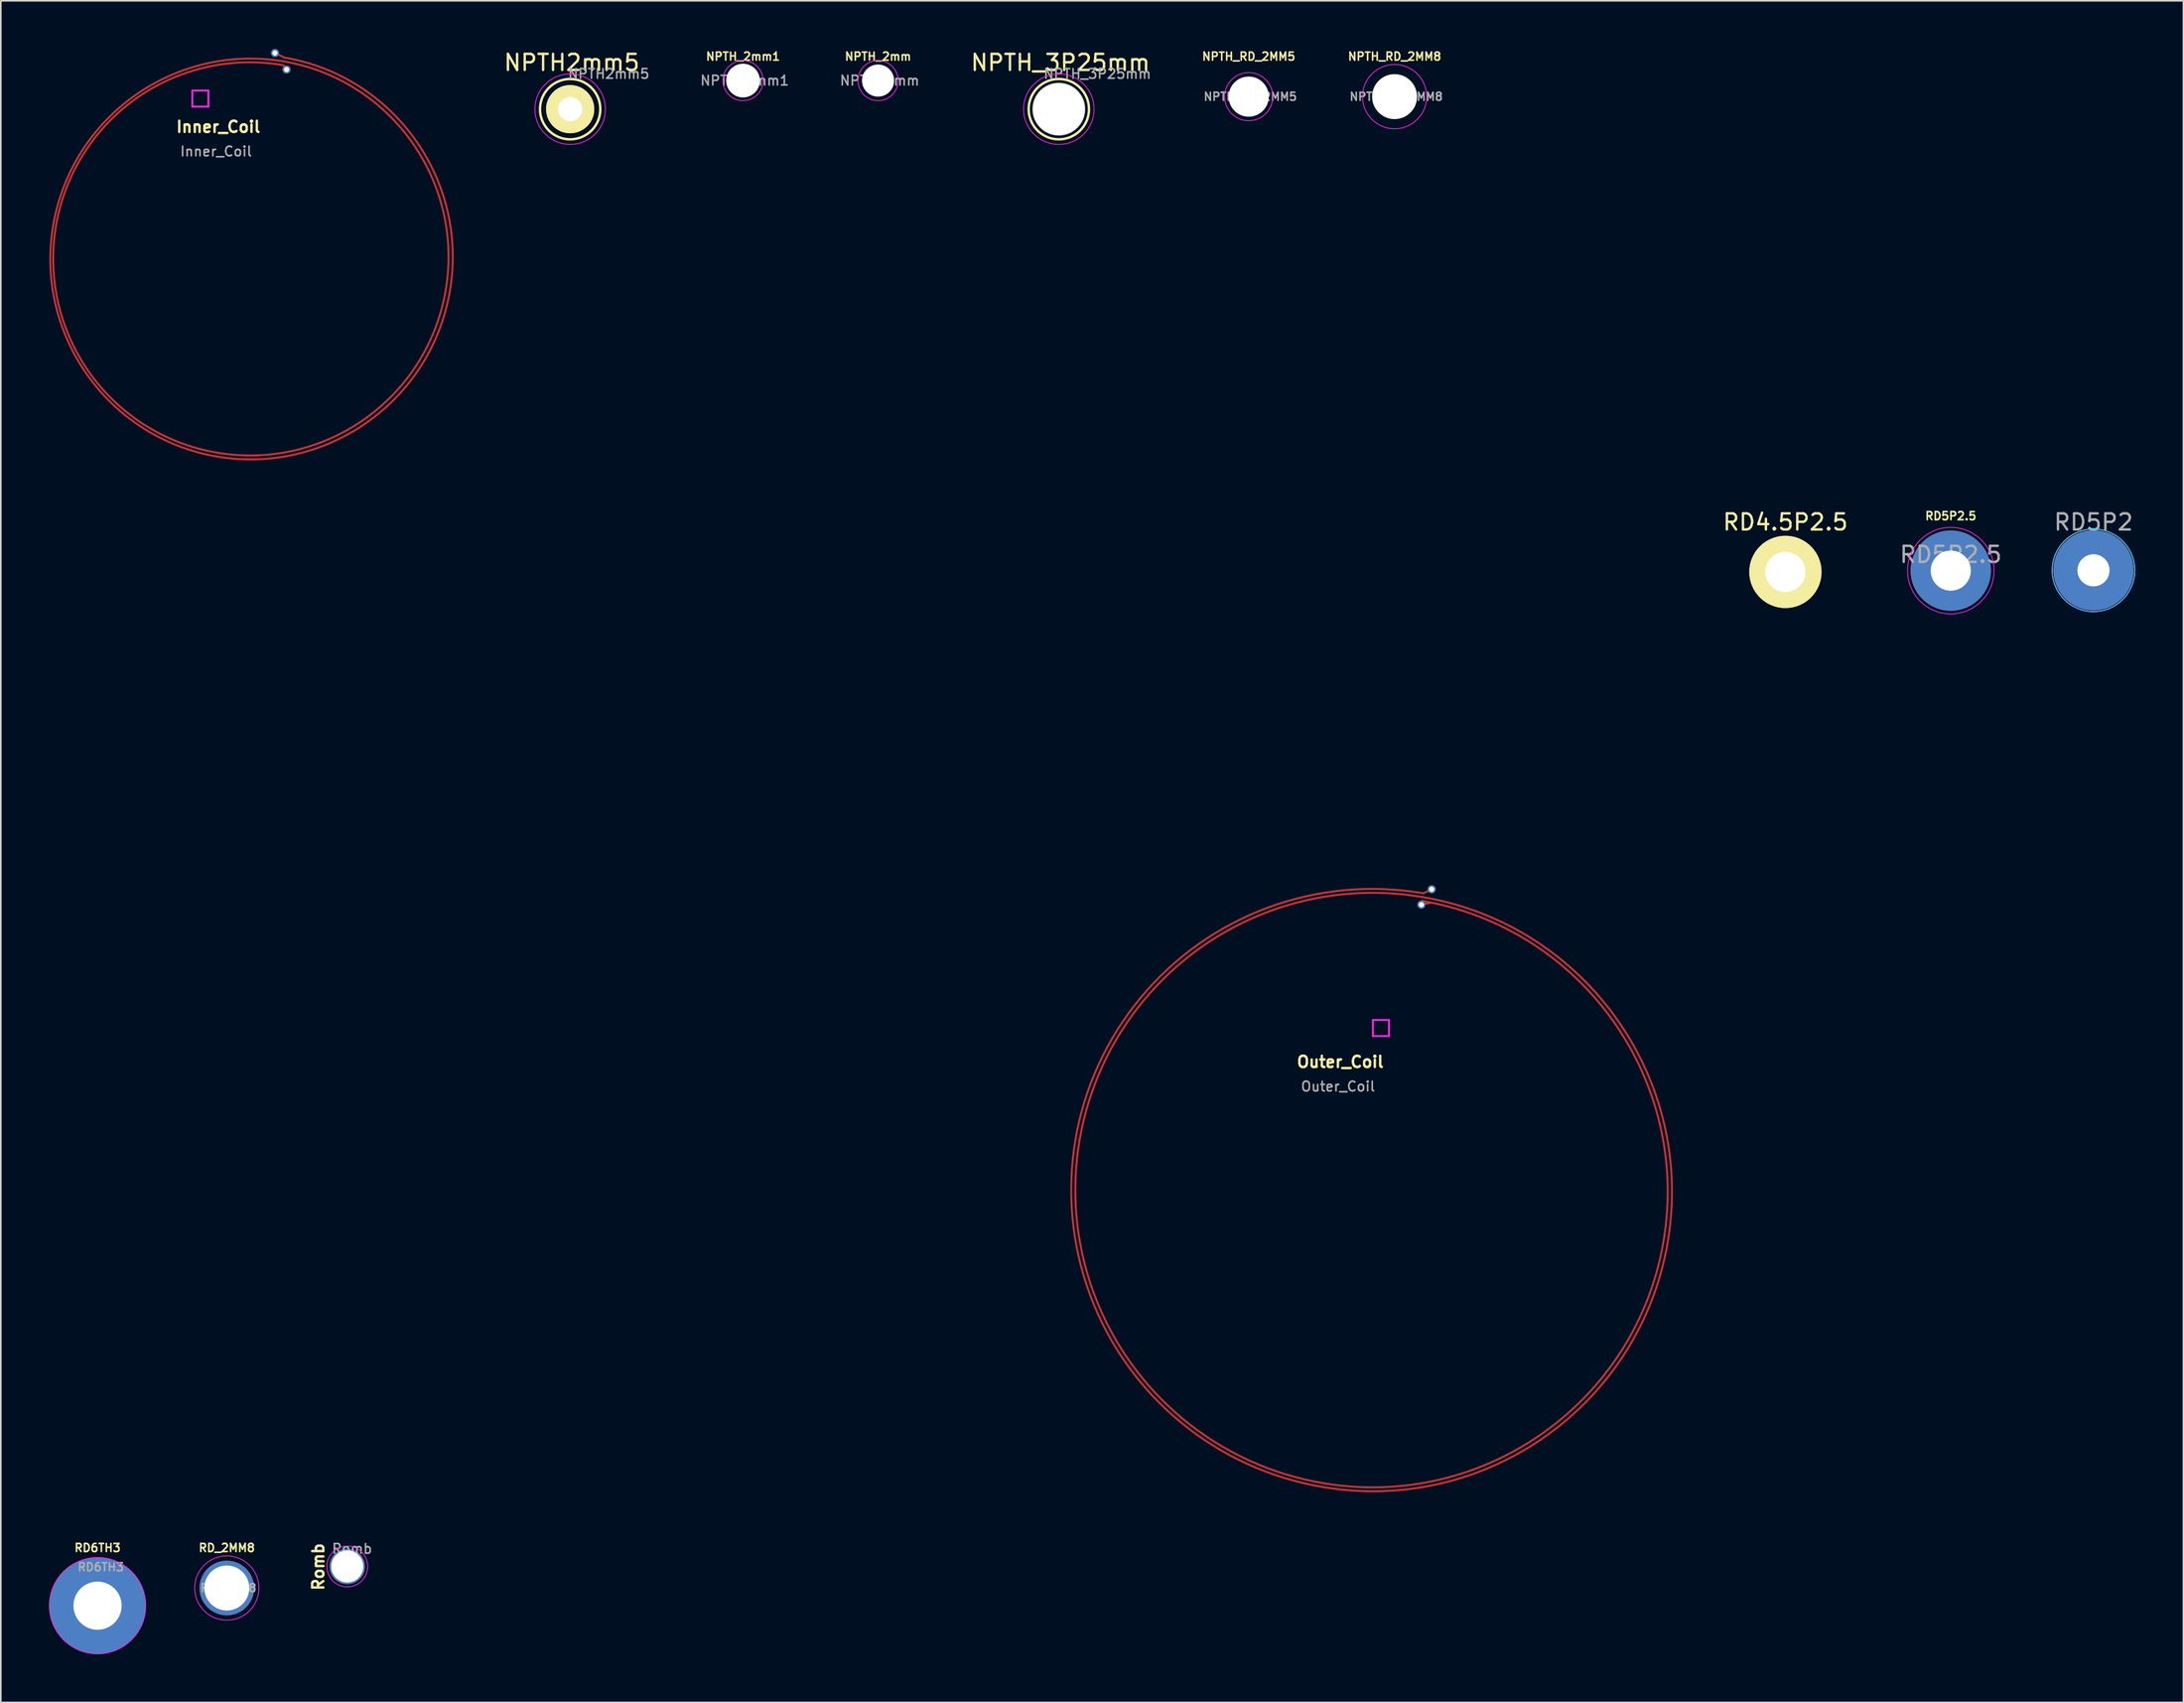
<source format=kicad_pcb>
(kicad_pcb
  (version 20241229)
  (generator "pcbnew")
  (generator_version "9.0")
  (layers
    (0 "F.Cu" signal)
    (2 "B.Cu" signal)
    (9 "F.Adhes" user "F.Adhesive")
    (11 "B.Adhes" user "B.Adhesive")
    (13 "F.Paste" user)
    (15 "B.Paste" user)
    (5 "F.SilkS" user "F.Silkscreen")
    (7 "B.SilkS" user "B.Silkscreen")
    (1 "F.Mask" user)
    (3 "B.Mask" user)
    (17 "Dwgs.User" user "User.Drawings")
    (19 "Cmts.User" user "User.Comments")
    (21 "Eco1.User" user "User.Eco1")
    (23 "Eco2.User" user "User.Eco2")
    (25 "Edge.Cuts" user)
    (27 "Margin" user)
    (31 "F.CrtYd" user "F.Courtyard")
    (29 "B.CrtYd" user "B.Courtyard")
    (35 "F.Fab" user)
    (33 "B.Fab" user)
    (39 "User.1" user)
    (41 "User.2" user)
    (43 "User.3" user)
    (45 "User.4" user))
  (footprint "RD5P2.5"
    (layer "F.Cu")
    (at 118.441 32.486)
    (property "Reference" "RD5P2.5" (at 0 -3.4 0) (layer "F.SilkS") (effects (font (size 0.5 0.5) (thickness 0.1))))
    (attr through_hole)
    (fp_circle (center 0 0) (end 2.5 -1) (stroke (width 0.05) (type solid)) (fill no) (layer "F.CrtYd"))
    (fp_text user "${REFERENCE}" (at 0 -1 0) (layer "F.Fab") (effects (font (size 1 1) (thickness 0.15))))
    (pad "1" thru_hole circle (at 0 0) (size 5 5) (drill 2.5) (layers "*.Cu" "*.Mask")))
  (footprint "NPTH_RD_2MM5"
    (layer "F.Cu")
    (at 74.717 2.968)
    (property "Reference" "NPTH_RD_2MM5" (at 0 -2.5 0) (layer "F.SilkS") (effects (font (size 0.5 0.5) (thickness 0.1))))
    (attr exclude_from_pos_files exclude_from_bom)
    (fp_circle (center 0 0) (end 0 -1.5) (stroke (width 0.05) (type solid)) (fill no) (layer "F.CrtYd"))
    (fp_text user "${REFERENCE}" (at 0.1 0 0) (layer "F.Fab") (effects (font (size 0.5 0.5) (thickness 0.1))))
    (pad "" np_thru_hole circle (at 0 0) (size 2.5 2.5) (drill 2.5) (layers "*.Cu" "*.Mask")))
  (footprint "RD4.5P2.5"
    (layer "F.Cu")
    (at 108.143 32.567)
    (property "Reference" "RD4.5P2.5" (at 0 -3.1 0) (layer "F.SilkS") (effects (font (size 1 1) (thickness 0.15))))
    (attr through_hole)
    (pad "1" thru_hole circle (at 0 0) (size 4.5 4.5) (drill 2.5) (layers "*.Cu" "*.Mask" "F.SilkS")))
  (footprint "Romb"
    (layer "F.Cu")
    (at 18.576 94.502)
    (property "Reference" "Romb" (at -1.803 0.025 90) (layer "F.SilkS") (effects (font (size 0.7 0.7) (thickness 0.15))))
    (attr through_hole)
    (fp_circle (center 0 0) (end 0 -1.27) (stroke (width 0.05) (type solid)) (fill no) (layer "F.CrtYd"))
    (fp_text user "${REFERENCE}" (at 0.3 -1.1 0) (layer "F.Fab") (effects (font (size 0.6 0.6) (thickness 0.1))))
    (pad "1" thru_hole circle (at 0 0) (size 2.2 2.2) (drill 2) (layers "*.Cu" "*.Mask")))
  (footprint "NPTH_3P25mm"
    (layer "F.Cu")
    (at 62.892 3.748)
    (property "Reference" "NPTH_3P25mm" (at 0.1 -2.9 0) (layer "F.SilkS") (effects (font (size 1 1) (thickness 0.15))))
    (attr through_hole)
    (fp_circle (center 0 0) (end 0.8 -1.7) (stroke (width 0.15) (type solid)) (fill no) (layer "F.SilkS"))
    (fp_circle (center 0 0) (end -1.1 -1.9) (stroke (width 0.05) (type solid)) (fill no) (layer "F.CrtYd"))
    (fp_text user "${REFERENCE}" (at 2.4 -2.2 0) (layer "F.Fab") (effects (font (size 0.6 0.6) (thickness 0.1))))
    (pad "" np_thru_hole circle (at 0 0) (size 3.3 3.3) (drill 3.25) (layers "*.Cu" "*.Mask")))
  (footprint "RD_2MM8"
    (layer "F.Cu")
    (at 11.075 95.844)
    (property "Reference" "RD_2MM8" (at 0 -2.5 0) (layer "F.SilkS") (effects (font (size 0.5 0.5) (thickness 0.1))))
    (attr exclude_from_pos_files exclude_from_bom)
    (fp_circle (center 0 0) (end 0 -2) (stroke (width 0.05) (type solid)) (fill no) (layer "F.CrtYd"))
    (fp_text user "${REFERENCE}" (at 0.1 0 0) (layer "F.Fab") (effects (font (size 0.5 0.5) (thickness 0.1))))
    (pad "" thru_hole circle (at 0 0) (size 3.4 3.4) (drill 2.8) (layers "*.Cu" "*.Mask")))
  (footprint "NPTH_2mm"
    (layer "F.Cu")
    (at 51.634 1.968)
    (property "Reference" "NPTH_2mm" (at 0 -1.5 0) (layer "F.SilkS") (effects (font (size 0.5 0.5) (thickness 0.1))))
    (attr through_hole)
    (fp_circle (center 0 0) (end 0 -1.25) (stroke (width 0.05) (type solid)) (fill no) (layer "F.CrtYd"))
    (fp_text user "${REFERENCE}" (at 0.1 0 0) (layer "F.Fab") (effects (font (size 0.6 0.6) (thickness 0.1))))
    (pad "" np_thru_hole circle (at 0 0) (size 2 2) (drill 2) (layers "*.Cu" "*.Mask")))
  (footprint "RD5P2"
    (layer "F.Cu")
    (at 127.331 32.467)
    (property "Reference" "RD5P2" (at 0 -3 0) (layer "F.Fab") (effects (font (size 1 1) (thickness 0.15))))
    (attr through_hole)
    (fp_circle (center 0 0) (end 2.25 -1.25) (stroke (width 0.05) (type solid)) (fill no) (layer "B.CrtYd"))
    (fp_circle (center 0 0) (end 2.25 -1.25) (stroke (width 0.05) (type solid)) (fill no) (layer "F.CrtYd"))
    (pad "1" thru_hole circle (at 0 0) (size 5 5) (drill 2) (layers "*.Cu" "*.Mask")))
  (footprint "RD6TH3"
    (layer "F.Cu")
    (at 3.025 96.944)
    (property "Reference" "RD6TH3" (at 0 -3.6 0) (layer "F.SilkS") (effects (font (size 0.5 0.5) (thickness 0.1))))
    (attr through_hole)
    (fp_circle (center 0 0) (end 3 0) (stroke (width 0.05) (type solid)) (fill no) (layer "F.CrtYd"))
    (fp_text user "${REFERENCE}" (at 0.2 -2.4 0) (layer "F.Fab") (effects (font (size 0.5 0.5) (thickness 0.1))))
    (pad "1" thru_hole circle (at 0 0) (size 6 6) (drill 3) (layers "*.Cu" "*.Mask")))
  (footprint "Inner_Coil"
    (layer "F.Cu")
    (at 12.556 12.95)
    (property "Reference" "Inner_Coil" (at -2.01 -8.1 180) (layer "F.SilkS") (effects (font (size 0.7 0.7) (thickness 0.15))))
    (attr exclude_from_pos_files exclude_from_bom)
    (fp_line (start 2.025 -11.942) (end 2.246 -11.673) (stroke (width 0.12) (type solid)) (layer "F.Cu"))
    (fp_line (start 2.105 -12.415) (end 1.523 -12.7) (stroke (width 0.12) (type solid)) (layer "F.Cu"))
    (fp_arc (start -2.097576 12.432008) (mid -12.321494 -1.954514) (end 2.065028 -12.178432) (stroke (width 0.12) (type solid)) (layer "F.Cu"))
    (fp_arc (start -2.057336 12.19529) (mid -12.084709 -1.914463) (end 2.025044 -11.941836) (stroke (width 0.12) (type solid)) (layer "F.Cu"))
    (fp_arc (start 2.065028 -12.178432) (mid 12.190673 2.069705) (end -2.057464 12.19535) (stroke (width 0.12) (type solid)) (layer "F.Cu"))
    (fp_arc (start 2.105045 -12.415123) (mid 12.427364 2.109722) (end -2.097481 12.432041) (stroke (width 0.12) (type solid)) (layer "F.Cu"))
    (fp_line (start -3.63 -10.36) (end -2.63 -10.36) (stroke (width 0.12) (type solid)) (layer "F.CrtYd"))
    (fp_line (start -3.63 -9.36) (end -3.63 -10.36) (stroke (width 0.12) (type solid)) (layer "F.CrtYd"))
    (fp_line (start -2.63 -10.36) (end -2.63 -9.36) (stroke (width 0.12) (type solid)) (layer "F.CrtYd"))
    (fp_line (start -2.63 -9.36) (end -3.63 -9.36) (stroke (width 0.12) (type solid)) (layer "F.CrtYd"))
    (fp_text user "${REFERENCE}" (at -2.15 -6.57 0) (layer "F.Fab") (effects (font (size 0.6 0.6) (thickness 0.1))))
    (pad "1" thru_hole circle (at 1.52 -12.7) (size 0.5 0.5) (drill 0.32) (layers "*.Cu"))
    (pad "2" thru_hole circle (at 2.24 -11.67) (size 0.5 0.5) (drill 0.32) (layers "*.Cu")))
  (footprint "Outer_Coil"
    (layer "F.Cu")
    (at 82.433 71.18)
    (property "Reference" "Outer_Coil" (at -2.01 -8.1 180) (layer "F.SilkS") (effects (font (size 0.7 0.7) (thickness 0.15))))
    (attr exclude_from_pos_files exclude_from_bom)
    (fp_line (start 3.029 -17.896) (end 3.656 -18.018) (stroke (width 0.12) (type solid)) (layer "F.Cu"))
    (fp_line (start 3.161 -18.6) (end 3.689 -18.855) (stroke (width 0.12) (type solid)) (layer "F.Cu"))
    (fp_arc (start -3.093045 18.374711) (mid -18.453585 -3.239701) (end 3.160827 -18.600241) (stroke (width 0.12) (type solid)) (layer "F.Cu"))
    (fp_arc (start -3.052993 18.137926) (mid -18.21686 -3.199777) (end 3.120843 -18.363644) (stroke (width 0.12) (type solid)) (layer "F.Cu"))
    (fp_arc (start 3.080732 -18.126986) (mid 18.146325 3.072333) (end -3.052994 18.137926) (stroke (width 0.12) (type solid)) (layer "F.Cu"))
    (fp_arc (start 3.120749 -18.363677) (mid 18.383016 3.11235) (end -3.093011 18.374617) (stroke (width 0.12) (type solid)) (layer "F.Cu"))
    (fp_line (start 0.02 -10.71) (end 1.02 -10.71) (stroke (width 0.12) (type solid)) (layer "F.CrtYd"))
    (fp_line (start 0.02 -9.71) (end 0.02 -10.71) (stroke (width 0.12) (type solid)) (layer "F.CrtYd"))
    (fp_line (start 1.02 -10.71) (end 1.02 -9.71) (stroke (width 0.12) (type solid)) (layer "F.CrtYd"))
    (fp_line (start 1.02 -9.71) (end 0.02 -9.71) (stroke (width 0.12) (type solid)) (layer "F.CrtYd"))
    (fp_text user "x-04.GBR" (at -55.933 -40.712 0) (layer "Eco2.User") (effects (font (size 1.25 1) (thickness 0.2)) (justify left bottom)))
    (fp_text user "CONDUCTIVE PATTERN L1" (at -82.433 -40.712 0) (layer "Eco2.User") (effects (font (size 1.25 1) (thickness 0.2)) (justify left bottom)))
    (fp_text user "Rev A" (at -46.433 -40.712 0) (layer "Eco2.User") (effects (font (size 1.25 1) (thickness 0.2)) (justify left bottom)))
    (fp_text user "P17" (at -59.097 -40.712 0) (layer "Eco2.User") (effects (font (size 1.25 1) (thickness 0.2)) (justify left bottom)))
    (fp_text user "${REFERENCE}" (at -2.15 -6.57 0) (layer "F.Fab") (effects (font (size 0.6 0.6) (thickness 0.1))))
    (pad "1" thru_hole circle (at 3.04 -17.89) (size 0.5 0.5) (drill 0.32) (layers "*.Cu"))
    (pad "2" thru_hole circle (at 3.68 -18.85) (size 0.5 0.5) (drill 0.32) (layers "*.Cu")))
  (footprint "NPTH2mm5"
    (layer "F.Cu")
    (at 32.459 3.748)
    (property "Reference" "NPTH2mm5" (at 0.1 -2.9 0) (layer "F.SilkS") (effects (font (size 1 1) (thickness 0.15))))
    (attr through_hole)
    (fp_circle (center 0 0) (end 0.8 -1.7) (stroke (width 0.15) (type solid)) (fill no) (layer "F.SilkS"))
    (fp_circle (center 0 0) (end -1.1 -1.9) (stroke (width 0.05) (type solid)) (fill no) (layer "F.CrtYd"))
    (fp_text user "${REFERENCE}" (at 2.4 -2.2 0) (layer "F.Fab") (effects (font (size 0.6 0.6) (thickness 0.1))))
    (pad "1" thru_hole circle (at 0 0) (size 3 3) (drill 1.501) (layers "*.Cu" "*.Mask" "F.SilkS")))
  (footprint "NPTH_2mm1"
    (layer "F.Cu")
    (at 43.225 1.968)
    (property "Reference" "NPTH_2mm1" (at 0 -1.5 0) (layer "F.SilkS") (effects (font (size 0.5 0.5) (thickness 0.1))))
    (attr through_hole)
    (fp_circle (center 0 0) (end 0 -1.25) (stroke (width 0.05) (type solid)) (fill no) (layer "F.CrtYd"))
    (fp_text user "${REFERENCE}" (at 0.1 0 0) (layer "F.Fab") (effects (font (size 0.6 0.6) (thickness 0.1))))
    (pad "" np_thru_hole circle (at 0 0) (size 2.1 2.1) (drill 2.1) (layers "*.Cu" "*.Mask")))
  (footprint "NPTH_RD_2MM8"
    (layer "F.Cu")
    (at 83.803 2.968)
    (property "Reference" "NPTH_RD_2MM8" (at 0 -2.5 0) (layer "F.SilkS") (effects (font (size 0.5 0.5) (thickness 0.1))))
    (attr exclude_from_pos_files exclude_from_bom)
    (fp_poly (pts (xy -0.25 -2) (xy 0.2 -2) (xy 0.5 -1.95) (xy 0.75 -1.85) (xy 1.05 -1.7) (xy 1.35 -1.5) (xy 1.55 -1.25) (xy 1.75 -0.95) (xy 1.9 -0.65) (xy 2 -0.1) (xy 2 0.25) (xy 1.85 0.8) (xy 1.7 1.05) (xy 1.4 1.45) (xy 1.15 1.65) (xy 0.8 1.85) (xy 0.35 2) (xy 0.05 2) (xy -0.2 2) (xy -0.6 1.9) (xy -0.9 1.8) (xy -1.2 1.6) (xy -1.5 1.35) (xy -1.75 1) (xy -1.9 0.6) (xy -2 0.25) (xy -2 -0.05) (xy -1.95 -0.5) (xy -1.85 -0.8) (xy -1.6 -1.2) (xy -1.3 -1.5) (xy -1.05 -1.7) (xy -0.65 -1.9)) (stroke (width 0.15) (type solid)) (fill yes) (layer "F.Mask"))
    (fp_poly (pts (xy -0.25 -2) (xy 0.2 -2) (xy 0.5 -1.95) (xy 0.75 -1.85) (xy 1.05 -1.7) (xy 1.35 -1.5) (xy 1.55 -1.25) (xy 1.75 -0.95) (xy 1.9 -0.65) (xy 2 -0.1) (xy 2 0.25) (xy 1.85 0.8) (xy 1.7 1.05) (xy 1.4 1.45) (xy 1.15 1.65) (xy 0.8 1.85) (xy 0.35 2) (xy 0.05 2) (xy -0.2 2) (xy -0.6 1.9) (xy -0.9 1.8) (xy -1.2 1.6) (xy -1.5 1.35) (xy -1.75 1) (xy -1.9 0.6) (xy -2 0.25) (xy -2 -0.05) (xy -1.95 -0.5) (xy -1.85 -0.8) (xy -1.6 -1.2) (xy -1.3 -1.5) (xy -1.05 -1.7) (xy -0.65 -1.9)) (stroke (width 0.15) (type solid)) (fill yes) (layer "B.Mask"))
    (fp_circle (center 0 0) (end 0 -2) (stroke (width 0.05) (type solid)) (fill no) (layer "F.CrtYd"))
    (fp_text user "${REFERENCE}" (at 0.1 0 0) (layer "F.Fab") (effects (font (size 0.5 0.5) (thickness 0.1))))
    (pad "" np_thru_hole circle (at 0 0) (size 2.8 2.8) (drill 2.8) (layers "*.Cu" "*.Mask")))
  (gr_rect
    (start -3 -3)
    (end 132.93 102.969)
    (stroke (width 0.1) (type default))
    (fill no)
    (layer "Edge.Cuts")))
</source>
